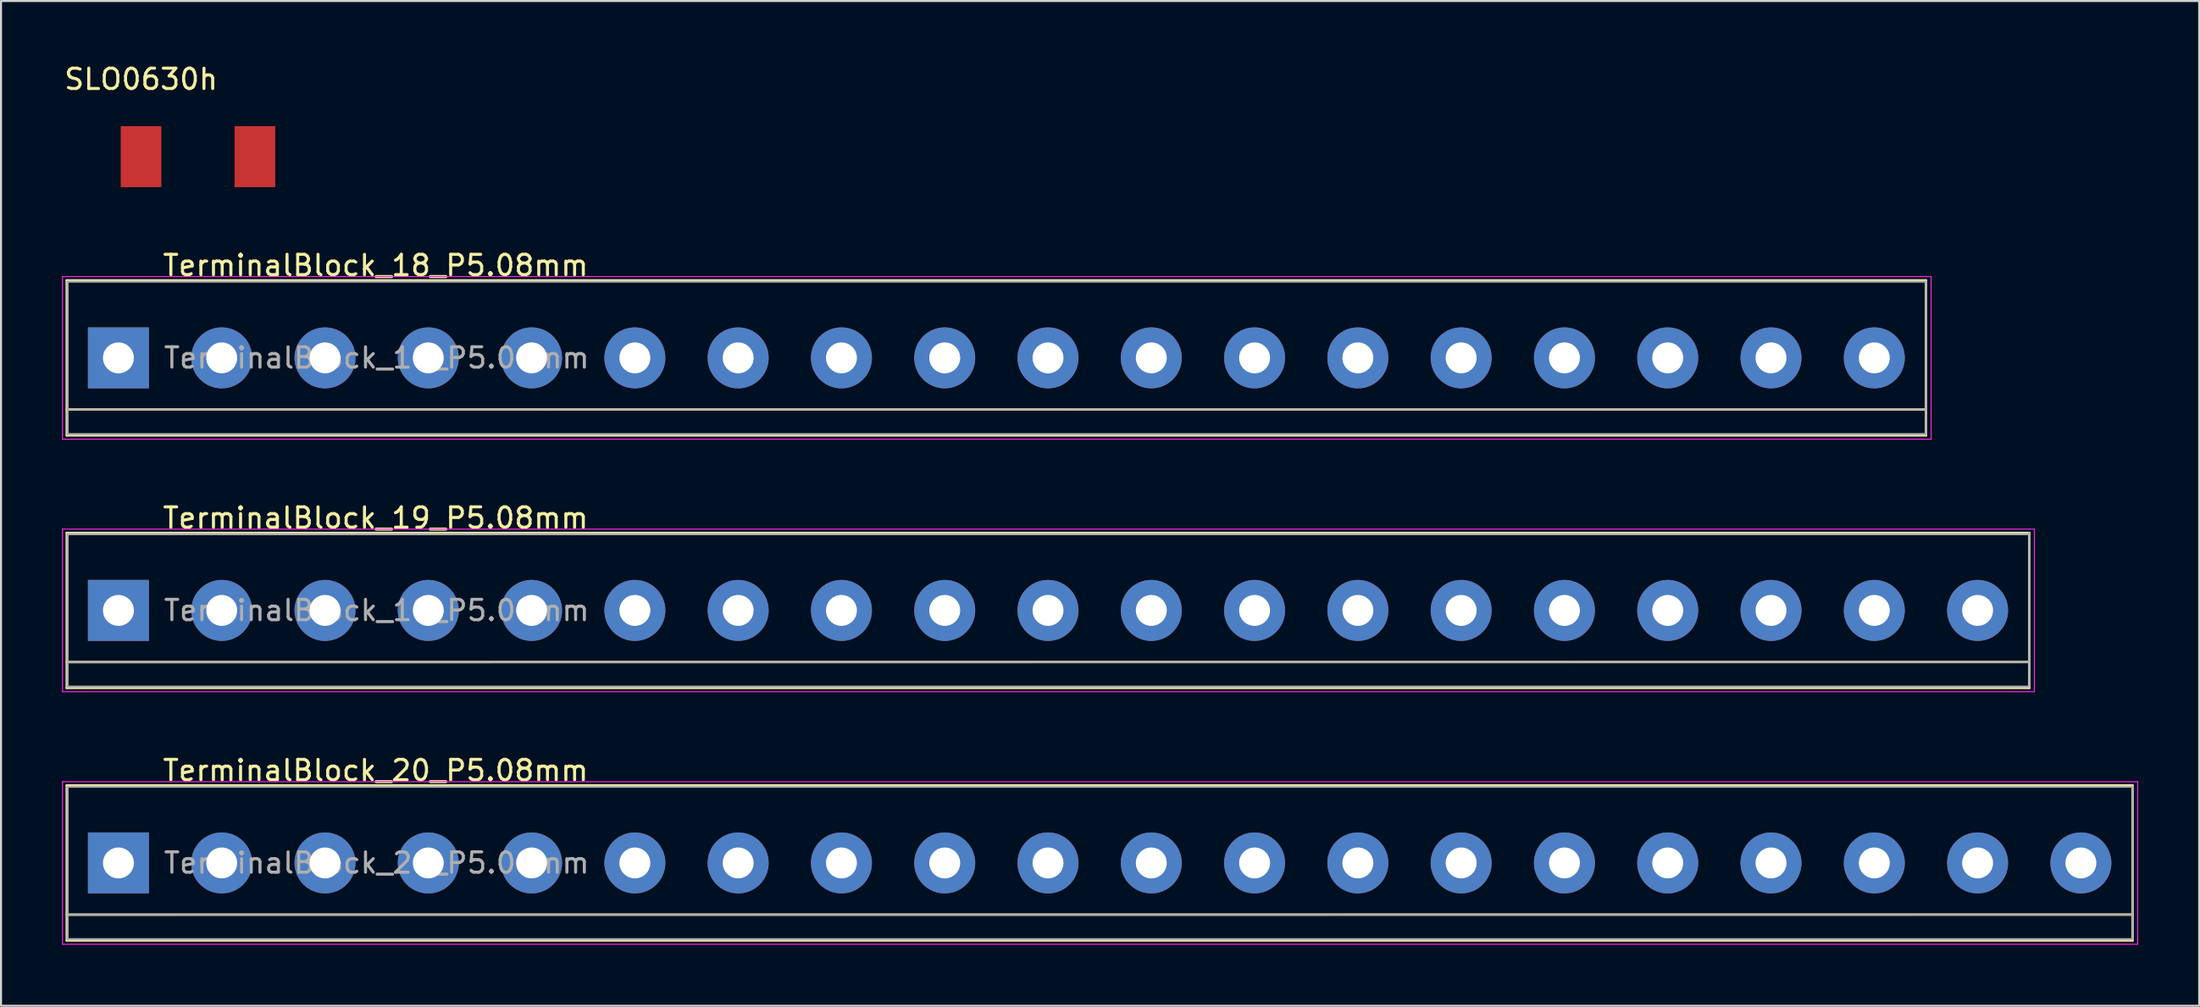
<source format=kicad_pcb>
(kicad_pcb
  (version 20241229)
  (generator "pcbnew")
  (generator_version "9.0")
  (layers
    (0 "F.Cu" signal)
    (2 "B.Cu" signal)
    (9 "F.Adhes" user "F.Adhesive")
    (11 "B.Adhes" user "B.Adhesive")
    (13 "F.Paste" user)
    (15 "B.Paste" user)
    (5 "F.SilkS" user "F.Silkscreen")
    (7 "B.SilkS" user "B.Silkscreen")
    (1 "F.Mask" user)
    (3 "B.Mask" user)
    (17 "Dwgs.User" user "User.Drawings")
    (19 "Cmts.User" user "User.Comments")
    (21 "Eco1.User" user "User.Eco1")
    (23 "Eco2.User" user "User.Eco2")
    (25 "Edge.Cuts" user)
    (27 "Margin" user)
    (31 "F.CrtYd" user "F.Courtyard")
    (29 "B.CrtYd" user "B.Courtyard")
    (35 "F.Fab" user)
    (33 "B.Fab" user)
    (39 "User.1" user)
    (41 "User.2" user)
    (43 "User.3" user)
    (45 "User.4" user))
  (footprint "SLO0630h"
    (layer "F.Cu")
    (at 3.887 4.658)
    (property "Reference" "SLO0630h" (at 0 -3.81 0) (layer "F.SilkS") (effects (font (size 1 1) (thickness 0.15))))
    (attr through_hole)
    (pad "1" smd rect (at 0 0) (size 2 3) (layers "F.Cu" "F.Mask" "F.Paste"))
    (pad "2" smd rect (at 5.6 0) (size 2 3) (layers "F.Cu" "F.Mask" "F.Paste")))
  (footprint "TerminalBlock_18_P5.08mm"
    (layer "F.Cu")
    (at 2.775 14.556)
    (property "Reference" "TerminalBlock_18_P5.08mm" (at 12.65 -4.55 0) (layer "F.SilkS") (effects (font (size 1 1) (thickness 0.15))))
    (attr through_hole)
    (fp_line (start -2.54 -3.81) (end -2.54 3.81) (stroke (width 0.12) (type solid)) (layer "F.SilkS"))
    (fp_line (start -2.54 -3.81) (end 88.9 -3.81) (stroke (width 0.12) (type solid)) (layer "F.SilkS"))
    (fp_line (start -2.54 2.54) (end 88.9 2.54) (stroke (width 0.12) (type solid)) (layer "F.SilkS"))
    (fp_line (start -2.54 3.81) (end 88.9 3.81) (stroke (width 0.12) (type solid)) (layer "F.SilkS"))
    (fp_line (start 88.9 3.81) (end 88.9 -3.81) (stroke (width 0.12) (type solid)) (layer "F.SilkS"))
    (fp_line (start -2.75 -4) (end -2.75 4) (stroke (width 0.05) (type solid)) (layer "F.CrtYd"))
    (fp_line (start -2.75 -4) (end 89.154 -4) (stroke (width 0.05) (type solid)) (layer "F.CrtYd"))
    (fp_line (start 89.154 4) (end -2.75 4) (stroke (width 0.05) (type solid)) (layer "F.CrtYd"))
    (fp_line (start 89.154 4) (end 89.154 -4) (stroke (width 0.05) (type solid)) (layer "F.CrtYd"))
    (fp_line (start -2.5 -3.75) (end -2.5 3.75) (stroke (width 0.1) (type solid)) (layer "F.Fab"))
    (fp_line (start -2.5 2.55) (end 88.9 2.54) (stroke (width 0.1) (type solid)) (layer "F.Fab"))
    (fp_line (start -2.5 3.75) (end 88.9 3.75) (stroke (width 0.1) (type solid)) (layer "F.Fab"))
    (fp_line (start 88.9 -3.75) (end -2.5 -3.75) (stroke (width 0.1) (type solid)) (layer "F.Fab"))
    (fp_line (start 88.9 3.75) (end 88.9 -3.75) (stroke (width 0.1) (type solid)) (layer "F.Fab"))
    (fp_text user "${REFERENCE}" (at 12.7 0 0) (layer "F.Fab") (effects (font (size 1 1) (thickness 0.15))))
    (pad "1" thru_hole rect (at 0 0) (size 3 3) (drill 1.52) (layers "*.Cu" "*.Mask"))
    (pad "2" thru_hole circle (at 5.08 0) (size 3 3) (drill 1.52) (layers "*.Cu" "*.Mask"))
    (pad "3" thru_hole circle (at 10.16 0) (size 3 3) (drill 1.52) (layers "*.Cu" "*.Mask"))
    (pad "4" thru_hole circle (at 15.24 0) (size 3 3) (drill 1.52) (layers "*.Cu" "*.Mask"))
    (pad "5" thru_hole circle (at 20.32 0) (size 3 3) (drill 1.52) (layers "*.Cu" "*.Mask"))
    (pad "6" thru_hole circle (at 25.4 0) (size 3 3) (drill 1.52) (layers "*.Cu" "*.Mask"))
    (pad "7" thru_hole circle (at 30.48 0) (size 3 3) (drill 1.52) (layers "*.Cu" "*.Mask"))
    (pad "8" thru_hole circle (at 35.56 0) (size 3 3) (drill 1.52) (layers "*.Cu" "*.Mask"))
    (pad "9" thru_hole circle (at 40.64 0) (size 3 3) (drill 1.52) (layers "*.Cu" "*.Mask"))
    (pad "10" thru_hole circle (at 45.72 0) (size 3 3) (drill 1.52) (layers "*.Cu" "*.Mask"))
    (pad "11" thru_hole circle (at 50.8 0) (size 3 3) (drill 1.52) (layers "*.Cu" "*.Mask"))
    (pad "12" thru_hole circle (at 55.88 0) (size 3 3) (drill 1.52) (layers "*.Cu" "*.Mask"))
    (pad "13" thru_hole circle (at 60.96 0) (size 3 3) (drill 1.52) (layers "*.Cu" "*.Mask"))
    (pad "14" thru_hole circle (at 66.04 0) (size 3 3) (drill 1.52) (layers "*.Cu" "*.Mask"))
    (pad "15" thru_hole circle (at 71.12 0) (size 3 3) (drill 1.52) (layers "*.Cu" "*.Mask"))
    (pad "16" thru_hole circle (at 76.2 0) (size 3 3) (drill 1.52) (layers "*.Cu" "*.Mask"))
    (pad "17" thru_hole circle (at 81.28 0) (size 3 3) (drill 1.52) (layers "*.Cu" "*.Mask"))
    (pad "18" thru_hole circle (at 86.36 0) (size 3 3) (drill 1.52) (layers "*.Cu" "*.Mask")))
  (footprint "TerminalBlock_19_P5.08mm"
    (layer "F.Cu")
    (at 2.775 26.98)
    (property "Reference" "TerminalBlock_19_P5.08mm" (at 12.65 -4.55 0) (layer "F.SilkS") (effects (font (size 1 1) (thickness 0.15))))
    (attr through_hole)
    (fp_line (start -2.54 -3.81) (end -2.54 3.81) (stroke (width 0.12) (type solid)) (layer "F.SilkS"))
    (fp_line (start -2.54 -3.81) (end 93.98 -3.81) (stroke (width 0.12) (type solid)) (layer "F.SilkS"))
    (fp_line (start -2.54 2.54) (end 93.98 2.54) (stroke (width 0.12) (type solid)) (layer "F.SilkS"))
    (fp_line (start -2.54 3.81) (end 93.98 3.81) (stroke (width 0.12) (type solid)) (layer "F.SilkS"))
    (fp_line (start 93.98 3.81) (end 93.98 -3.81) (stroke (width 0.12) (type solid)) (layer "F.SilkS"))
    (fp_line (start -2.75 -4) (end -2.75 4) (stroke (width 0.05) (type solid)) (layer "F.CrtYd"))
    (fp_line (start -2.75 -4) (end 94.234 -4) (stroke (width 0.05) (type solid)) (layer "F.CrtYd"))
    (fp_line (start 94.234 4) (end -2.75 4) (stroke (width 0.05) (type solid)) (layer "F.CrtYd"))
    (fp_line (start 94.234 4) (end 94.234 -4) (stroke (width 0.05) (type solid)) (layer "F.CrtYd"))
    (fp_line (start -2.5 -3.75) (end -2.5 3.75) (stroke (width 0.1) (type solid)) (layer "F.Fab"))
    (fp_line (start -2.5 2.55) (end 93.98 2.54) (stroke (width 0.1) (type solid)) (layer "F.Fab"))
    (fp_line (start -2.5 3.75) (end 93.98 3.75) (stroke (width 0.1) (type solid)) (layer "F.Fab"))
    (fp_line (start 93.98 -3.75) (end -2.5 -3.75) (stroke (width 0.1) (type solid)) (layer "F.Fab"))
    (fp_line (start 93.98 3.69) (end 93.98 -3.81) (stroke (width 0.1) (type solid)) (layer "F.Fab"))
    (fp_text user "${REFERENCE}" (at 12.7 0 0) (layer "F.Fab") (effects (font (size 1 1) (thickness 0.15))))
    (pad "1" thru_hole rect (at 0 0) (size 3 3) (drill 1.52) (layers "*.Cu" "*.Mask"))
    (pad "2" thru_hole circle (at 5.08 0) (size 3 3) (drill 1.52) (layers "*.Cu" "*.Mask"))
    (pad "3" thru_hole circle (at 10.16 0) (size 3 3) (drill 1.52) (layers "*.Cu" "*.Mask"))
    (pad "4" thru_hole circle (at 15.24 0) (size 3 3) (drill 1.52) (layers "*.Cu" "*.Mask"))
    (pad "5" thru_hole circle (at 20.32 0) (size 3 3) (drill 1.52) (layers "*.Cu" "*.Mask"))
    (pad "6" thru_hole circle (at 25.4 0) (size 3 3) (drill 1.52) (layers "*.Cu" "*.Mask"))
    (pad "7" thru_hole circle (at 30.48 0) (size 3 3) (drill 1.52) (layers "*.Cu" "*.Mask"))
    (pad "8" thru_hole circle (at 35.56 0) (size 3 3) (drill 1.52) (layers "*.Cu" "*.Mask"))
    (pad "9" thru_hole circle (at 40.64 0) (size 3 3) (drill 1.52) (layers "*.Cu" "*.Mask"))
    (pad "10" thru_hole circle (at 45.72 0) (size 3 3) (drill 1.52) (layers "*.Cu" "*.Mask"))
    (pad "11" thru_hole circle (at 50.8 0) (size 3 3) (drill 1.52) (layers "*.Cu" "*.Mask"))
    (pad "12" thru_hole circle (at 55.88 0) (size 3 3) (drill 1.52) (layers "*.Cu" "*.Mask"))
    (pad "13" thru_hole circle (at 60.96 0) (size 3 3) (drill 1.52) (layers "*.Cu" "*.Mask"))
    (pad "14" thru_hole circle (at 66.04 0) (size 3 3) (drill 1.52) (layers "*.Cu" "*.Mask"))
    (pad "15" thru_hole circle (at 71.12 0) (size 3 3) (drill 1.52) (layers "*.Cu" "*.Mask"))
    (pad "16" thru_hole circle (at 76.2 0) (size 3 3) (drill 1.52) (layers "*.Cu" "*.Mask"))
    (pad "17" thru_hole circle (at 81.28 0) (size 3 3) (drill 1.52) (layers "*.Cu" "*.Mask"))
    (pad "18" thru_hole circle (at 86.36 0) (size 3 3) (drill 1.52) (layers "*.Cu" "*.Mask"))
    (pad "19" thru_hole circle (at 91.44 0) (size 3 3) (drill 1.52) (layers "*.Cu" "*.Mask")))
  (footprint "TerminalBlock_20_P5.08mm"
    (layer "F.Cu")
    (at 2.775 39.403)
    (property "Reference" "TerminalBlock_20_P5.08mm" (at 12.65 -4.55 0) (layer "F.SilkS") (effects (font (size 1 1) (thickness 0.15))))
    (attr through_hole)
    (fp_line (start -2.54 -3.81) (end -2.54 3.81) (stroke (width 0.12) (type solid)) (layer "F.SilkS"))
    (fp_line (start -2.54 -3.81) (end 99.06 -3.81) (stroke (width 0.12) (type solid)) (layer "F.SilkS"))
    (fp_line (start -2.54 2.54) (end 99.06 2.54) (stroke (width 0.12) (type solid)) (layer "F.SilkS"))
    (fp_line (start -2.54 3.81) (end 99.06 3.81) (stroke (width 0.12) (type solid)) (layer "F.SilkS"))
    (fp_line (start 99.06 3.81) (end 99.06 -3.81) (stroke (width 0.12) (type solid)) (layer "F.SilkS"))
    (fp_line (start -2.75 -4) (end -2.75 4) (stroke (width 0.05) (type solid)) (layer "F.CrtYd"))
    (fp_line (start -2.75 -4) (end 99.314 -4) (stroke (width 0.05) (type solid)) (layer "F.CrtYd"))
    (fp_line (start 99.314 4) (end -2.75 4) (stroke (width 0.05) (type solid)) (layer "F.CrtYd"))
    (fp_line (start 99.314 4) (end 99.314 -4) (stroke (width 0.05) (type solid)) (layer "F.CrtYd"))
    (fp_line (start -2.5 -3.75) (end -2.5 3.75) (stroke (width 0.1) (type solid)) (layer "F.Fab"))
    (fp_line (start -2.5 2.55) (end 99.06 2.54) (stroke (width 0.1) (type solid)) (layer "F.Fab"))
    (fp_line (start -2.5 3.75) (end 99.06 3.75) (stroke (width 0.1) (type solid)) (layer "F.Fab"))
    (fp_line (start 99.06 -3.75) (end -2.5 -3.75) (stroke (width 0.1) (type solid)) (layer "F.Fab"))
    (fp_line (start 99.06 3.75) (end 99.06 -3.75) (stroke (width 0.1) (type solid)) (layer "F.Fab"))
    (fp_text user "${REFERENCE}" (at 12.7 0 0) (layer "F.Fab") (effects (font (size 1 1) (thickness 0.15))))
    (pad "1" thru_hole rect (at 0 0) (size 3 3) (drill 1.52) (layers "*.Cu" "*.Mask"))
    (pad "2" thru_hole circle (at 5.08 0) (size 3 3) (drill 1.52) (layers "*.Cu" "*.Mask"))
    (pad "3" thru_hole circle (at 10.16 0) (size 3 3) (drill 1.52) (layers "*.Cu" "*.Mask"))
    (pad "4" thru_hole circle (at 15.24 0) (size 3 3) (drill 1.52) (layers "*.Cu" "*.Mask"))
    (pad "5" thru_hole circle (at 20.32 0) (size 3 3) (drill 1.52) (layers "*.Cu" "*.Mask"))
    (pad "6" thru_hole circle (at 25.4 0) (size 3 3) (drill 1.52) (layers "*.Cu" "*.Mask"))
    (pad "7" thru_hole circle (at 30.48 0) (size 3 3) (drill 1.52) (layers "*.Cu" "*.Mask"))
    (pad "8" thru_hole circle (at 35.56 0) (size 3 3) (drill 1.52) (layers "*.Cu" "*.Mask"))
    (pad "9" thru_hole circle (at 40.64 0) (size 3 3) (drill 1.52) (layers "*.Cu" "*.Mask"))
    (pad "10" thru_hole circle (at 45.72 0) (size 3 3) (drill 1.52) (layers "*.Cu" "*.Mask"))
    (pad "11" thru_hole circle (at 50.8 0) (size 3 3) (drill 1.52) (layers "*.Cu" "*.Mask"))
    (pad "12" thru_hole circle (at 55.88 0) (size 3 3) (drill 1.52) (layers "*.Cu" "*.Mask"))
    (pad "13" thru_hole circle (at 60.96 0) (size 3 3) (drill 1.52) (layers "*.Cu" "*.Mask"))
    (pad "14" thru_hole circle (at 66.04 0) (size 3 3) (drill 1.52) (layers "*.Cu" "*.Mask"))
    (pad "15" thru_hole circle (at 71.12 0) (size 3 3) (drill 1.52) (layers "*.Cu" "*.Mask"))
    (pad "16" thru_hole circle (at 76.2 0) (size 3 3) (drill 1.52) (layers "*.Cu" "*.Mask"))
    (pad "17" thru_hole circle (at 81.28 0) (size 3 3) (drill 1.52) (layers "*.Cu" "*.Mask"))
    (pad "18" thru_hole circle (at 86.36 0) (size 3 3) (drill 1.52) (layers "*.Cu" "*.Mask"))
    (pad "19" thru_hole circle (at 91.44 0) (size 3 3) (drill 1.52) (layers "*.Cu" "*.Mask"))
    (pad "20" thru_hole circle (at 96.52 0) (size 3 3) (drill 1.52) (layers "*.Cu" "*.Mask")))
  (gr_rect
    (start -3 -3)
    (end 105.114 46.428)
    (stroke (width 0.1) (type default))
    (fill no)
    (layer "Edge.Cuts")))
</source>
